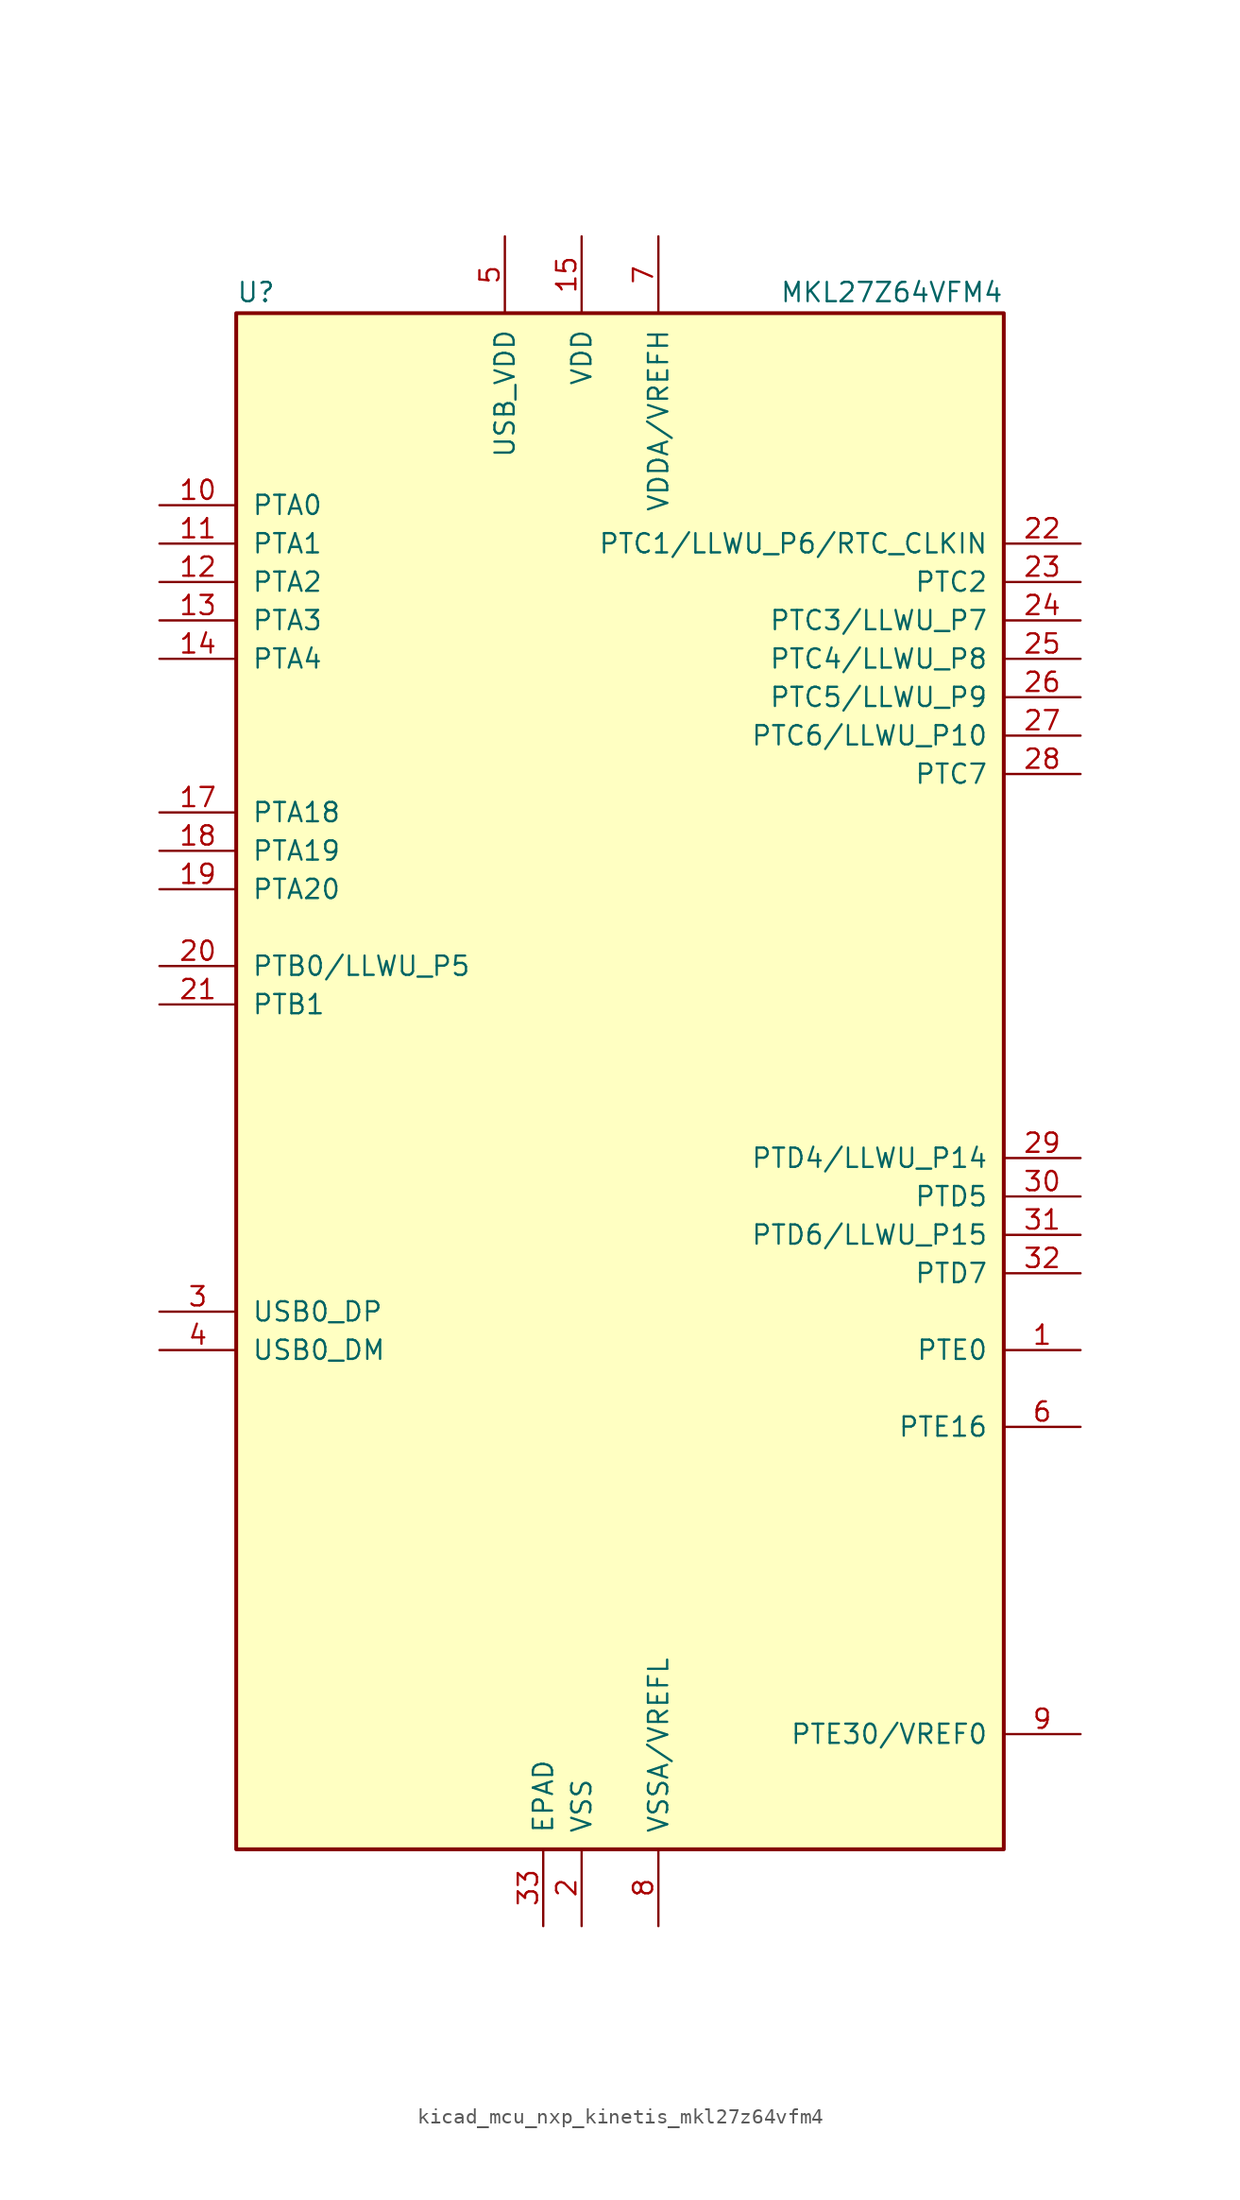
<source format=kicad_sym>
(kicad_symbol_lib
  (version 20220914)
  (generator kicad_symbol_editor)
  (symbol "kicad_mcu_nxp_kinetis_mkl27z64vfm4"
    (pin_names
      (offset 1.016))
    (property "Reference" "U"
      (at -25.4 51.435 0)
      (effects (font (size 1.27 1.27)) (justify left bottom)))
    (property "Value" "MKL27Z64VFM4"
      (at 25.4 51.435 0)
      (effects (font (size 1.27 1.27)) (justify right bottom)))
    (symbol "kicad_mcu_nxp_kinetis_mkl27z64vfm4_0_1"
      (rectangle (start -25.4 50.8) (end 25.4 -50.8) (stroke (width 0.254) (type default)) (fill (type background))))
    (symbol "kicad_mcu_nxp_kinetis_mkl27z64vfm4_1_1"
      (pin bidirectional line (at 30.48 -17.78 180) (length 5.08) (name "PTE0" (effects (font (size 1.27 1.27)))) (number "1" (effects (font (size 1.27 1.27)))))
      (pin bidirectional line (at -30.48 38.1 0) (length 5.08) (name "PTA0" (effects (font (size 1.27 1.27)))) (number "10" (effects (font (size 1.27 1.27)))))
      (pin bidirectional line (at -30.48 35.56 0) (length 5.08) (name "PTA1" (effects (font (size 1.27 1.27)))) (number "11" (effects (font (size 1.27 1.27)))))
      (pin bidirectional line (at -30.48 33.02 0) (length 5.08) (name "PTA2" (effects (font (size 1.27 1.27)))) (number "12" (effects (font (size 1.27 1.27)))))
      (pin bidirectional line (at -30.48 30.48 0) (length 5.08) (name "PTA3" (effects (font (size 1.27 1.27)))) (number "13" (effects (font (size 1.27 1.27)))))
      (pin bidirectional line (at -30.48 27.94 0) (length 5.08) (name "PTA4" (effects (font (size 1.27 1.27)))) (number "14" (effects (font (size 1.27 1.27)))))
      (pin power_in line (at -2.54 55.88 270) (length 5.08) (name "VDD" (effects (font (size 1.27 1.27)))) (number "15" (effects (font (size 1.27 1.27)))))
      (pin passive line (at -2.54 -55.88 90) (length 5.08) hide (name "VSS" (effects (font (size 1.27 1.27)))) (number "16" (effects (font (size 1.27 1.27)))))
      (pin bidirectional line (at -30.48 17.78 0) (length 5.08) (name "PTA18" (effects (font (size 1.27 1.27)))) (number "17" (effects (font (size 1.27 1.27)))))
      (pin bidirectional line (at -30.48 15.24 0) (length 5.08) (name "PTA19" (effects (font (size 1.27 1.27)))) (number "18" (effects (font (size 1.27 1.27)))))
      (pin bidirectional line (at -30.48 12.7 0) (length 5.08) (name "PTA20" (effects (font (size 1.27 1.27)))) (number "19" (effects (font (size 1.27 1.27)))))
      (pin power_in line (at -2.54 -55.88 90) (length 5.08) (name "VSS" (effects (font (size 1.27 1.27)))) (number "2" (effects (font (size 1.27 1.27)))))
      (pin bidirectional line (at -30.48 7.62 0) (length 5.08) (name "PTB0/LLWU_P5" (effects (font (size 1.27 1.27)))) (number "20" (effects (font (size 1.27 1.27)))))
      (pin bidirectional line (at -30.48 5.08 0) (length 5.08) (name "PTB1" (effects (font (size 1.27 1.27)))) (number "21" (effects (font (size 1.27 1.27)))))
      (pin bidirectional line (at 30.48 35.56 180) (length 5.08) (name "PTC1/LLWU_P6/RTC_CLKIN" (effects (font (size 1.27 1.27)))) (number "22" (effects (font (size 1.27 1.27)))))
      (pin bidirectional line (at 30.48 33.02 180) (length 5.08) (name "PTC2" (effects (font (size 1.27 1.27)))) (number "23" (effects (font (size 1.27 1.27)))))
      (pin bidirectional line (at 30.48 30.48 180) (length 5.08) (name "PTC3/LLWU_P7" (effects (font (size 1.27 1.27)))) (number "24" (effects (font (size 1.27 1.27)))))
      (pin bidirectional line (at 30.48 27.94 180) (length 5.08) (name "PTC4/LLWU_P8" (effects (font (size 1.27 1.27)))) (number "25" (effects (font (size 1.27 1.27)))))
      (pin bidirectional line (at 30.48 25.4 180) (length 5.08) (name "PTC5/LLWU_P9" (effects (font (size 1.27 1.27)))) (number "26" (effects (font (size 1.27 1.27)))))
      (pin bidirectional line (at 30.48 22.86 180) (length 5.08) (name "PTC6/LLWU_P10" (effects (font (size 1.27 1.27)))) (number "27" (effects (font (size 1.27 1.27)))))
      (pin bidirectional line (at 30.48 20.32 180) (length 5.08) (name "PTC7" (effects (font (size 1.27 1.27)))) (number "28" (effects (font (size 1.27 1.27)))))
      (pin bidirectional line (at 30.48 -5.08 180) (length 5.08) (name "PTD4/LLWU_P14" (effects (font (size 1.27 1.27)))) (number "29" (effects (font (size 1.27 1.27)))))
      (pin bidirectional line (at -30.48 -15.24 0) (length 5.08) (name "USB0_DP" (effects (font (size 1.27 1.27)))) (number "3" (effects (font (size 1.27 1.27)))))
      (pin bidirectional line (at 30.48 -7.62 180) (length 5.08) (name "PTD5" (effects (font (size 1.27 1.27)))) (number "30" (effects (font (size 1.27 1.27)))))
      (pin bidirectional line (at 30.48 -10.16 180) (length 5.08) (name "PTD6/LLWU_P15" (effects (font (size 1.27 1.27)))) (number "31" (effects (font (size 1.27 1.27)))))
      (pin bidirectional line (at 30.48 -12.7 180) (length 5.08) (name "PTD7" (effects (font (size 1.27 1.27)))) (number "32" (effects (font (size 1.27 1.27)))))
      (pin power_in line (at -5.08 -55.88 90) (length 5.08) (name "EPAD" (effects (font (size 1.27 1.27)))) (number "33" (effects (font (size 1.27 1.27)))))
      (pin bidirectional line (at -30.48 -17.78 0) (length 5.08) (name "USB0_DM" (effects (font (size 1.27 1.27)))) (number "4" (effects (font (size 1.27 1.27)))))
      (pin power_in line (at -7.62 55.88 270) (length 5.08) (name "USB_VDD" (effects (font (size 1.27 1.27)))) (number "5" (effects (font (size 1.27 1.27)))))
      (pin bidirectional line (at 30.48 -22.86 180) (length 5.08) (name "PTE16" (effects (font (size 1.27 1.27)))) (number "6" (effects (font (size 1.27 1.27)))))
      (pin power_in line (at 2.54 55.88 270) (length 5.08) (name "VDDA/VREFH" (effects (font (size 1.27 1.27)))) (number "7" (effects (font (size 1.27 1.27)))))
      (pin power_in line (at 2.54 -55.88 90) (length 5.08) (name "VSSA/VREFL" (effects (font (size 1.27 1.27)))) (number "8" (effects (font (size 1.27 1.27)))))
      (pin bidirectional line (at 30.48 -43.18 180) (length 5.08) (name "PTE30/VREF0" (effects (font (size 1.27 1.27)))) (number "9" (effects (font (size 1.27 1.27))))))))
</source>
